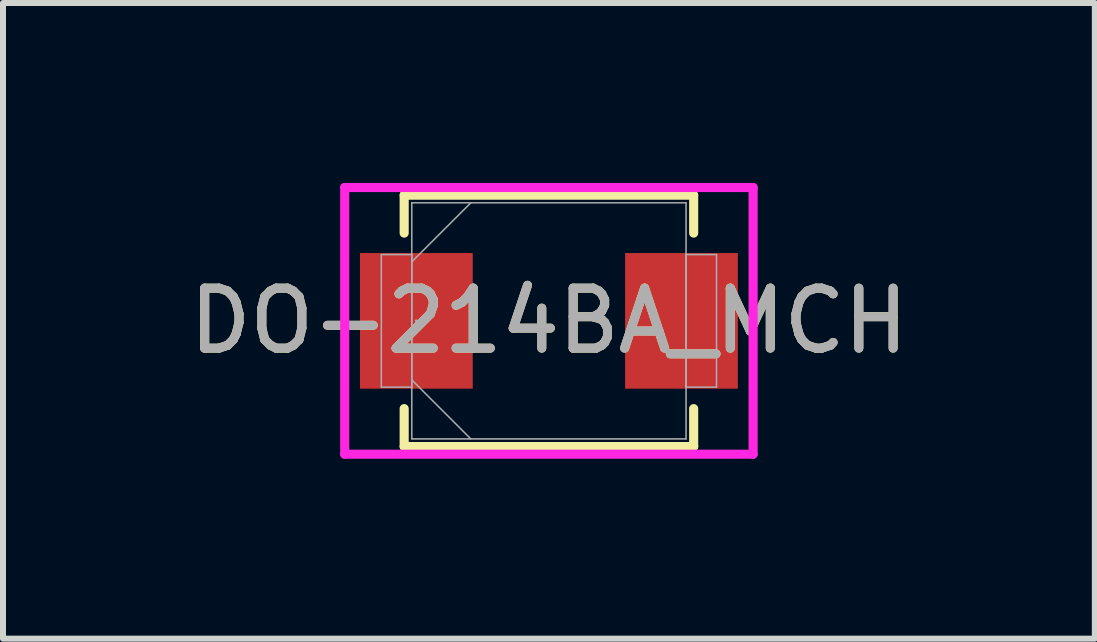
<source format=kicad_pcb>
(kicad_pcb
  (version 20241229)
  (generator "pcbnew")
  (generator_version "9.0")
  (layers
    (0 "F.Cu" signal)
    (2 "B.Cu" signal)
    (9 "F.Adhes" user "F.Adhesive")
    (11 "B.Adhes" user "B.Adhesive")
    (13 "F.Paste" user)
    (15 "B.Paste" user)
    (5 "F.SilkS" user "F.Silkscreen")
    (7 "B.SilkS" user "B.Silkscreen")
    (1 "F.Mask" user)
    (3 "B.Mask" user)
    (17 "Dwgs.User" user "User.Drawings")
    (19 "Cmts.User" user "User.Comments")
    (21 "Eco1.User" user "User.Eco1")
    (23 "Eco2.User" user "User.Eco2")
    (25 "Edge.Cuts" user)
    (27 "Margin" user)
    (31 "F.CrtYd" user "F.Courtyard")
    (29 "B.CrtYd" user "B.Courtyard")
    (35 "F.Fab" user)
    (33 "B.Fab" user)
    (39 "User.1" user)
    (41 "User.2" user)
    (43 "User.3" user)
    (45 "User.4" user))
  (footprint "DO-214BA_MCH"
    (layer "F.Cu")
    (at 6.101 2.299)
    (property "Reference" "DO-214BA_MCH" (at 0 0 0) (unlocked yes) (layer "F.SilkS") (effects (font (size 1 1) (thickness 0.15))))
    (attr smd)
    (fp_line (start -2.413 -2.095) (end -2.413 -1.463) (stroke (width 0.152) (type solid)) (layer "F.SilkS"))
    (fp_line (start -2.413 1.463) (end -2.413 2.095) (stroke (width 0.152) (type solid)) (layer "F.SilkS"))
    (fp_line (start -2.413 2.095) (end 2.413 2.095) (stroke (width 0.152) (type solid)) (layer "F.SilkS"))
    (fp_line (start 2.413 -2.095) (end -2.413 -2.095) (stroke (width 0.152) (type solid)) (layer "F.SilkS"))
    (fp_line (start 2.413 -1.463) (end 2.413 -2.095) (stroke (width 0.152) (type solid)) (layer "F.SilkS"))
    (fp_line (start 2.413 2.095) (end 2.413 1.463) (stroke (width 0.152) (type solid)) (layer "F.SilkS"))
    (fp_line (start -3.404 -2.223) (end 3.404 -2.223) (stroke (width 0.152) (type solid)) (layer "F.CrtYd"))
    (fp_line (start -3.404 2.223) (end -3.404 -2.223) (stroke (width 0.152) (type solid)) (layer "F.CrtYd"))
    (fp_line (start 3.404 -2.223) (end 3.404 2.223) (stroke (width 0.152) (type solid)) (layer "F.CrtYd"))
    (fp_line (start 3.404 2.223) (end -3.404 2.223) (stroke (width 0.152) (type solid)) (layer "F.CrtYd"))
    (fp_line (start -2.794 -1.105) (end -2.794 1.105) (stroke (width 0.025) (type solid)) (layer "F.Fab"))
    (fp_line (start -2.794 1.105) (end -2.286 1.105) (stroke (width 0.025) (type solid)) (layer "F.Fab"))
    (fp_line (start -2.286 -1.968) (end -2.286 1.968) (stroke (width 0.025) (type solid)) (layer "F.Fab"))
    (fp_line (start -2.286 -1.105) (end -2.794 -1.105) (stroke (width 0.025) (type solid)) (layer "F.Fab"))
    (fp_line (start -2.286 -0.984) (end -1.302 -1.968) (stroke (width 0.025) (type solid)) (layer "F.Fab"))
    (fp_line (start -2.286 0.984) (end -1.302 1.968) (stroke (width 0.025) (type solid)) (layer "F.Fab"))
    (fp_line (start -2.286 1.105) (end -2.286 -1.105) (stroke (width 0.025) (type solid)) (layer "F.Fab"))
    (fp_line (start -2.286 1.968) (end 2.286 1.968) (stroke (width 0.025) (type solid)) (layer "F.Fab"))
    (fp_line (start 2.286 -1.968) (end -2.286 -1.968) (stroke (width 0.025) (type solid)) (layer "F.Fab"))
    (fp_line (start 2.286 -1.105) (end 2.286 1.105) (stroke (width 0.025) (type solid)) (layer "F.Fab"))
    (fp_line (start 2.286 1.105) (end 2.794 1.105) (stroke (width 0.025) (type solid)) (layer "F.Fab"))
    (fp_line (start 2.286 1.968) (end 2.286 -1.968) (stroke (width 0.025) (type solid)) (layer "F.Fab"))
    (fp_line (start 2.794 -1.105) (end 2.286 -1.105) (stroke (width 0.025) (type solid)) (layer "F.Fab"))
    (fp_line (start 2.794 1.105) (end 2.794 -1.105) (stroke (width 0.025) (type solid)) (layer "F.Fab"))
    (fp_circle (center -2.21 0) (end -2.21 0) (stroke (width 0.025) (type solid)) (fill no) (layer "F.Fab"))
    (fp_text user "${REFERENCE}" (at 0 0 0) (unlocked yes) (layer "F.Fab") (effects (font (size 1 1) (thickness 0.15))))
    (pad "1" smd rect (at -2.21 0) (size 1.88 2.261) (layers "F.Cu" "F.Mask" "F.Paste"))
    (pad "2" smd rect (at 2.21 0) (size 1.88 2.261) (layers "F.Cu" "F.Mask" "F.Paste"))
    (zone (net_name "") (layer "F.Cu") (hatch full 0.508) (connect_pads) (min_thickness 0.254) (filled_areas_thickness no) (keepout (tracks not_allowed) (vias not_allowed) (pads allowed) (copperpour not_allowed) (footprints allowed)) (placement (enabled no)) (fill) (polygon (pts (xy 4.882 0.381) (xy 7.32 0.381) (xy 7.32 4.216) (xy 4.882 4.216)))))
  (gr_rect
    (start -3 -3)
    (end 15.202 7.597)
    (stroke (width 0.1) (type default))
    (fill no)
    (layer "Edge.Cuts")))
</source>
